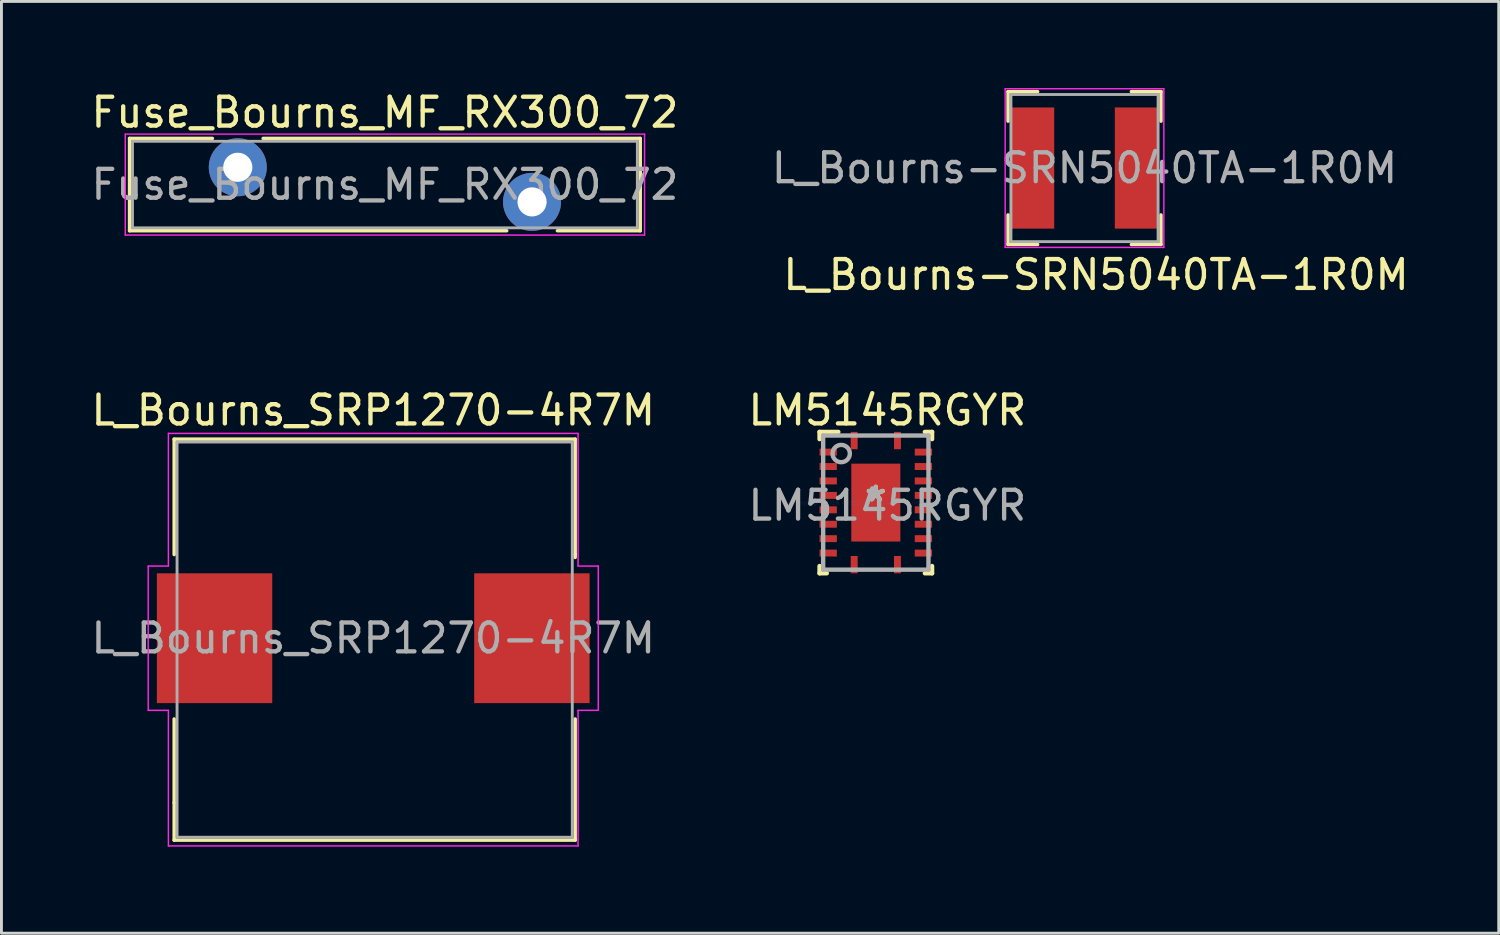
<source format=kicad_pcb>
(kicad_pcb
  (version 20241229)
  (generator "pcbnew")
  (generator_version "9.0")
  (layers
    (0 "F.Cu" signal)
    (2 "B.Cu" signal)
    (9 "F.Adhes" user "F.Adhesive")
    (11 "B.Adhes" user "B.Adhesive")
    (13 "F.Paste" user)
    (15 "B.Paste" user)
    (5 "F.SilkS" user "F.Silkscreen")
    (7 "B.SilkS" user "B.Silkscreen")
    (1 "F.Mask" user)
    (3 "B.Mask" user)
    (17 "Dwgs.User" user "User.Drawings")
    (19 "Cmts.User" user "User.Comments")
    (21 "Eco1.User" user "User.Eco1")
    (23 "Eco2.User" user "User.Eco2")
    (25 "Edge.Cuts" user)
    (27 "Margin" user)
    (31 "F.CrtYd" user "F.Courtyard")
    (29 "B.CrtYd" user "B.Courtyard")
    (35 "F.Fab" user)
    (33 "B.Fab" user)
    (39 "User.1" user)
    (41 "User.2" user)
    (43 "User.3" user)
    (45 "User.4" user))
  (footprint "LM5145RGYR"
    (layer "F.Cu")
    (at 27.308 14.371)
    (property "Reference" "LM5145RGYR" (at 0.4 -3.2 0) (layer "F.SilkS") (effects (font (size 1 1) (thickness 0.15))))
    (attr through_hole)
    (fp_line (start -1.95 -2.45) (end -1.3 -2.45) (stroke (width 0.152) (type solid)) (layer "F.SilkS"))
    (fp_line (start -1.95 -2.2) (end -1.95 -2.45) (stroke (width 0.152) (type solid)) (layer "F.SilkS"))
    (fp_line (start -1.95 2.45) (end -1.95 2.2) (stroke (width 0.152) (type solid)) (layer "F.SilkS"))
    (fp_line (start -1.95 2.45) (end -1.7 2.45) (stroke (width 0.152) (type solid)) (layer "F.SilkS"))
    (fp_line (start 1.7 -2.45) (end 1.95 -2.45) (stroke (width 0.152) (type solid)) (layer "F.SilkS"))
    (fp_line (start 1.7 2.45) (end 1.95 2.45) (stroke (width 0.152) (type solid)) (layer "F.SilkS"))
    (fp_line (start 1.95 -2.2) (end 1.95 -2.45) (stroke (width 0.152) (type solid)) (layer "F.SilkS"))
    (fp_line (start 1.95 2.45) (end 1.95 2.2) (stroke (width 0.152) (type solid)) (layer "F.SilkS"))
    (fp_line (start -0.774 -1.288) (end -0.774 -0.1) (stroke (width 0.152) (type solid)) (layer "F.Paste"))
    (fp_line (start -0.774 -0.1) (end 0.774 -0.1) (stroke (width 0.152) (type solid)) (layer "F.Paste"))
    (fp_line (start -0.774 0.1) (end -0.774 1.288) (stroke (width 0.152) (type solid)) (layer "F.Paste"))
    (fp_line (start -0.774 1.288) (end 0.774 1.288) (stroke (width 0.152) (type solid)) (layer "F.Paste"))
    (fp_line (start 0.774 -1.288) (end -0.774 -1.288) (stroke (width 0.152) (type solid)) (layer "F.Paste"))
    (fp_line (start 0.774 -0.1) (end 0.774 -1.288) (stroke (width 0.152) (type solid)) (layer "F.Paste"))
    (fp_line (start 0.774 0.1) (end -0.774 0.1) (stroke (width 0.152) (type solid)) (layer "F.Paste"))
    (fp_line (start 0.774 1.288) (end 0.774 0.1) (stroke (width 0.152) (type solid)) (layer "F.Paste"))
    (fp_line (start -1.825 -2.325) (end 1.825 -2.325) (stroke (width 0.152) (type solid)) (layer "F.Fab"))
    (fp_line (start -1.825 2.325) (end -1.825 -2.325) (stroke (width 0.152) (type solid)) (layer "F.Fab"))
    (fp_line (start -1.825 2.325) (end 1.825 2.325) (stroke (width 0.152) (type solid)) (layer "F.Fab"))
    (fp_line (start 1.825 2.325) (end 1.825 -2.325) (stroke (width 0.152) (type solid)) (layer "F.Fab"))
    (fp_circle (center -1.2 -1.7) (end -0.9 -1.7) (stroke (width 0.152) (type solid)) (fill no) (layer "F.Fab"))
    (fp_text user "*" (at 0 0 0) (layer "F.SilkS") (effects (font (size 1 1) (thickness 0.15))))
    (fp_text user "Copyright 2016 Accelerated Designs. All rights reserved." (at 0 0 0) (layer "Cmts.User") (effects (font (size 0.127 0.127) (thickness 0.002))))
    (fp_text user "*" (at 0 0 0) (layer "F.Fab") (effects (font (size 1 1) (thickness 0.15))))
    (fp_text user "${REFERENCE}" (at 0.4 0.1 0) (layer "F.Fab") (effects (font (size 1 1) (thickness 0.15))))
    (pad "1" smd rect (at -0.75 -2.15) (size 0.24 0.6) (layers "F.Cu" "F.Mask" "F.Paste"))
    (pad "2" smd rect (at -1.65 -1.75 90) (size 0.24 0.6) (layers "F.Cu" "F.Mask" "F.Paste"))
    (pad "3" smd rect (at -1.65 -1.25 90) (size 0.24 0.6) (layers "F.Cu" "F.Mask" "F.Paste"))
    (pad "4" smd rect (at -1.65 -0.75 90) (size 0.24 0.6) (layers "F.Cu" "F.Mask" "F.Paste"))
    (pad "5" smd rect (at -1.65 -0.25 90) (size 0.24 0.6) (layers "F.Cu" "F.Mask" "F.Paste"))
    (pad "6" smd rect (at -1.65 0.25 90) (size 0.24 0.6) (layers "F.Cu" "F.Mask" "F.Paste"))
    (pad "7" smd rect (at -1.65 0.75 90) (size 0.24 0.6) (layers "F.Cu" "F.Mask" "F.Paste"))
    (pad "8" smd rect (at -1.65 1.25 90) (size 0.24 0.6) (layers "F.Cu" "F.Mask" "F.Paste"))
    (pad "9" smd rect (at -1.65 1.75 90) (size 0.24 0.6) (layers "F.Cu" "F.Mask" "F.Paste"))
    (pad "10" smd rect (at -0.75 2.15) (size 0.24 0.6) (layers "F.Cu" "F.Mask" "F.Paste"))
    (pad "11" smd rect (at 0.75 2.15) (size 0.24 0.6) (layers "F.Cu" "F.Mask" "F.Paste"))
    (pad "12" smd rect (at 1.65 1.75 90) (size 0.24 0.6) (layers "F.Cu" "F.Mask" "F.Paste"))
    (pad "13" smd rect (at 1.65 1.25 90) (size 0.24 0.6) (layers "F.Cu" "F.Mask" "F.Paste"))
    (pad "14" smd rect (at 1.65 0.75 90) (size 0.24 0.6) (layers "F.Cu" "F.Mask" "F.Paste"))
    (pad "15" smd rect (at 1.65 0.25 90) (size 0.24 0.6) (layers "F.Cu" "F.Mask" "F.Paste"))
    (pad "16" smd rect (at 1.65 -0.25 90) (size 0.24 0.6) (layers "F.Cu" "F.Mask" "F.Paste"))
    (pad "17" smd rect (at 1.65 -0.75 90) (size 0.24 0.6) (layers "F.Cu" "F.Mask" "F.Paste"))
    (pad "18" smd rect (at 1.65 -1.25 90) (size 0.24 0.6) (layers "F.Cu" "F.Mask" "F.Paste"))
    (pad "19" smd rect (at 1.65 -1.75 90) (size 0.24 0.6) (layers "F.Cu" "F.Mask" "F.Paste"))
    (pad "20" smd rect (at 0.75 -2.15) (size 0.24 0.6) (layers "F.Cu" "F.Mask" "F.Paste"))
    (pad "21" smd rect (at 0 0) (size 1.7 2.7) (layers "F.Cu" "F.Mask" "F.Paste")))
  (footprint "L_Bourns_SRP1270-4R7M"
    (layer "F.Cu")
    (at 9.887 19.072)
    (property "Reference" "L_Bourns_SRP1270-4R7M" (at 0 -7.9 0) (layer "F.SilkS") (effects (font (size 1 1) (thickness 0.15))))
    (attr smd)
    (fp_line (start -6.9 -6.9) (end -6.9 -2.9) (stroke (width 0.12) (type solid)) (layer "F.SilkS"))
    (fp_line (start -6.9 -6.9) (end 7 -6.9) (stroke (width 0.12) (type solid)) (layer "F.SilkS"))
    (fp_line (start -6.9 2.8) (end -6.9 5.7) (stroke (width 0.12) (type solid)) (layer "F.SilkS"))
    (fp_line (start -6.9 5.7) (end -6.9 7) (stroke (width 0.12) (type solid)) (layer "F.SilkS"))
    (fp_line (start -6.9 7) (end 7 7) (stroke (width 0.12) (type solid)) (layer "F.SilkS"))
    (fp_line (start 7 -6.9) (end 7 -2.9) (stroke (width 0.12) (type solid)) (layer "F.SilkS"))
    (fp_line (start 7 -2.9) (end 7 -2.8) (stroke (width 0.12) (type solid)) (layer "F.SilkS"))
    (fp_line (start 7 7) (end 7 2.8) (stroke (width 0.12) (type solid)) (layer "F.SilkS"))
    (fp_line (start -7.8 -2.5) (end -7.1 -2.5) (stroke (width 0.05) (type solid)) (layer "F.CrtYd"))
    (fp_line (start -7.8 2.5) (end -7.8 -2.5) (stroke (width 0.05) (type solid)) (layer "F.CrtYd"))
    (fp_line (start -7.8 2.5) (end -7.1 2.5) (stroke (width 0.05) (type solid)) (layer "F.CrtYd"))
    (fp_line (start -7.1 -2.5) (end -7.1 -7.1) (stroke (width 0.05) (type solid)) (layer "F.CrtYd"))
    (fp_line (start -7.1 7.2) (end -7.1 2.5) (stroke (width 0.05) (type solid)) (layer "F.CrtYd"))
    (fp_line (start -7.1 7.2) (end 7.1 7.2) (stroke (width 0.05) (type solid)) (layer "F.CrtYd"))
    (fp_line (start 7.1 -7.1) (end -7.1 -7.1) (stroke (width 0.05) (type solid)) (layer "F.CrtYd"))
    (fp_line (start 7.1 -7.1) (end 7.1 -2.5) (stroke (width 0.05) (type solid)) (layer "F.CrtYd"))
    (fp_line (start 7.1 2.5) (end 7.1 7.2) (stroke (width 0.05) (type solid)) (layer "F.CrtYd"))
    (fp_line (start 7.8 -2.5) (end 7.1 -2.5) (stroke (width 0.05) (type solid)) (layer "F.CrtYd"))
    (fp_line (start 7.8 -2.5) (end 7.8 2.5) (stroke (width 0.05) (type solid)) (layer "F.CrtYd"))
    (fp_line (start 7.8 2.5) (end 7.1 2.5) (stroke (width 0.05) (type solid)) (layer "F.CrtYd"))
    (fp_line (start -6.8 -6.8) (end -6.8 6.9) (stroke (width 0.1) (type solid)) (layer "F.Fab"))
    (fp_line (start -6.8 -6.8) (end 6.9 -6.8) (stroke (width 0.1) (type solid)) (layer "F.Fab"))
    (fp_line (start -6.8 6.9) (end 6.9 6.9) (stroke (width 0.1) (type solid)) (layer "F.Fab"))
    (fp_line (start 6.9 6.9) (end 6.9 -6.8) (stroke (width 0.1) (type solid)) (layer "F.Fab"))
    (fp_text user "${REFERENCE}" (at 0 0 0) (layer "F.Fab") (effects (font (size 1 1) (thickness 0.15))))
    (pad "1" smd rect (at -5.5 0) (size 4 4.5) (layers "F.Cu" "F.Mask" "F.Paste"))
    (pad "2" smd rect (at 5.5 0) (size 4 4.5) (layers "F.Cu" "F.Mask" "F.Paste")))
  (footprint "L_Bourns-SRN5040TA-1R0M"
    (layer "F.Cu")
    (at 34.542 2.775)
    (property "Reference" "L_Bourns-SRN5040TA-1R0M" (at 0.4 3.7 0) (layer "F.SilkS") (effects (font (size 1 1) (thickness 0.15))))
    (attr smd)
    (fp_line (start -2.65 -2.65) (end -2.65 -1.625) (stroke (width 0.12) (type solid)) (layer "F.SilkS"))
    (fp_line (start -2.65 -2.65) (end -1.625 -2.65) (stroke (width 0.12) (type solid)) (layer "F.SilkS"))
    (fp_line (start -2.65 2.65) (end -2.65 1.625) (stroke (width 0.12) (type solid)) (layer "F.SilkS"))
    (fp_line (start -2.65 2.65) (end -1.625 2.65) (stroke (width 0.12) (type solid)) (layer "F.SilkS"))
    (fp_line (start 2.65 -2.65) (end 1.625 -2.65) (stroke (width 0.12) (type solid)) (layer "F.SilkS"))
    (fp_line (start 2.65 -2.65) (end 2.65 -1.625) (stroke (width 0.12) (type solid)) (layer "F.SilkS"))
    (fp_line (start 2.65 2.65) (end 1.625 2.65) (stroke (width 0.12) (type solid)) (layer "F.SilkS"))
    (fp_line (start 2.65 2.65) (end 2.65 1.625) (stroke (width 0.12) (type solid)) (layer "F.SilkS"))
    (fp_line (start -2.75 -2.75) (end -2.75 2.75) (stroke (width 0.05) (type solid)) (layer "F.CrtYd"))
    (fp_line (start -2.75 -2.75) (end 2.75 -2.75) (stroke (width 0.05) (type solid)) (layer "F.CrtYd"))
    (fp_line (start -2.75 2.75) (end 2.75 2.75) (stroke (width 0.05) (type solid)) (layer "F.CrtYd"))
    (fp_line (start 2.75 -2.75) (end 2.75 2.75) (stroke (width 0.05) (type solid)) (layer "F.CrtYd"))
    (fp_line (start -2.55 -2.55) (end -2.55 2.55) (stroke (width 0.1) (type solid)) (layer "F.Fab"))
    (fp_line (start -2.55 -2.55) (end 2.55 -2.55) (stroke (width 0.1) (type solid)) (layer "F.Fab"))
    (fp_line (start -2.55 2.55) (end 2.55 2.55) (stroke (width 0.1) (type solid)) (layer "F.Fab"))
    (fp_line (start 2.55 2.55) (end 2.55 -2.55) (stroke (width 0.1) (type solid)) (layer "F.Fab"))
    (fp_text user "${REFERENCE}" (at 0 0 0) (layer "F.Fab") (effects (font (size 1 1) (thickness 0.15))))
    (pad "1" smd rect (at -1.8 0) (size 1.5 4.2) (layers "F.Cu" "F.Mask" "F.Paste"))
    (pad "2" smd rect (at 1.8 0) (size 1.5 4.2) (layers "F.Cu" "F.Mask" "F.Paste")))
  (footprint "Fuse_Bourns_MF_RX300_72"
    (layer "F.Cu")
    (at 5.192 2.748)
    (property "Reference" "Fuse_Bourns_MF_RX300_72" (at 5.1 -1.9 0) (layer "F.SilkS") (effects (font (size 1 1) (thickness 0.15))))
    (attr through_hole)
    (fp_line (start -3.751 -1) (end -3.751 2.2) (stroke (width 0.12) (type solid)) (layer "F.SilkS"))
    (fp_line (start -3.751 -1) (end -0.879 -1) (stroke (width 0.12) (type solid)) (layer "F.SilkS"))
    (fp_line (start -3.751 2.2) (end 9.322 2.2) (stroke (width 0.12) (type solid)) (layer "F.SilkS"))
    (fp_line (start 0.879 -1) (end 13.95 -1) (stroke (width 0.12) (type solid)) (layer "F.SilkS"))
    (fp_line (start 11.079 2.2) (end 13.95 2.2) (stroke (width 0.12) (type solid)) (layer "F.SilkS"))
    (fp_line (start 13.95 -1) (end 13.95 2.2) (stroke (width 0.12) (type solid)) (layer "F.SilkS"))
    (fp_line (start -3.9 -1.15) (end -3.9 2.35) (stroke (width 0.05) (type solid)) (layer "F.CrtYd"))
    (fp_line (start -3.9 2.35) (end 14.1 2.35) (stroke (width 0.05) (type solid)) (layer "F.CrtYd"))
    (fp_line (start 14.1 -1.15) (end -3.9 -1.15) (stroke (width 0.05) (type solid)) (layer "F.CrtYd"))
    (fp_line (start 14.1 2.35) (end 14.1 -1.15) (stroke (width 0.05) (type solid)) (layer "F.CrtYd"))
    (fp_line (start -3.65 -0.9) (end -3.65 2.1) (stroke (width 0.1) (type solid)) (layer "F.Fab"))
    (fp_line (start -3.65 2.1) (end 13.85 2.1) (stroke (width 0.1) (type solid)) (layer "F.Fab"))
    (fp_line (start 13.85 -0.9) (end -3.65 -0.9) (stroke (width 0.1) (type solid)) (layer "F.Fab"))
    (fp_line (start 13.85 2.1) (end 13.85 -0.9) (stroke (width 0.1) (type solid)) (layer "F.Fab"))
    (fp_text user "${REFERENCE}" (at 5.1 0.6 0) (layer "F.Fab") (effects (font (size 1 1) (thickness 0.15))))
    (pad "1" thru_hole circle (at 0 0) (size 2.01 2.01) (drill 1.01) (layers "*.Cu" "*.Mask"))
    (pad "2" thru_hole circle (at 10.2 1.2) (size 2.01 2.01) (drill 1.01) (layers "*.Cu" "*.Mask")))
  (gr_rect
    (start -3 -3)
    (end 48.9 29.297)
    (stroke (width 0.1) (type default))
    (fill no)
    (layer "Edge.Cuts")))
</source>
